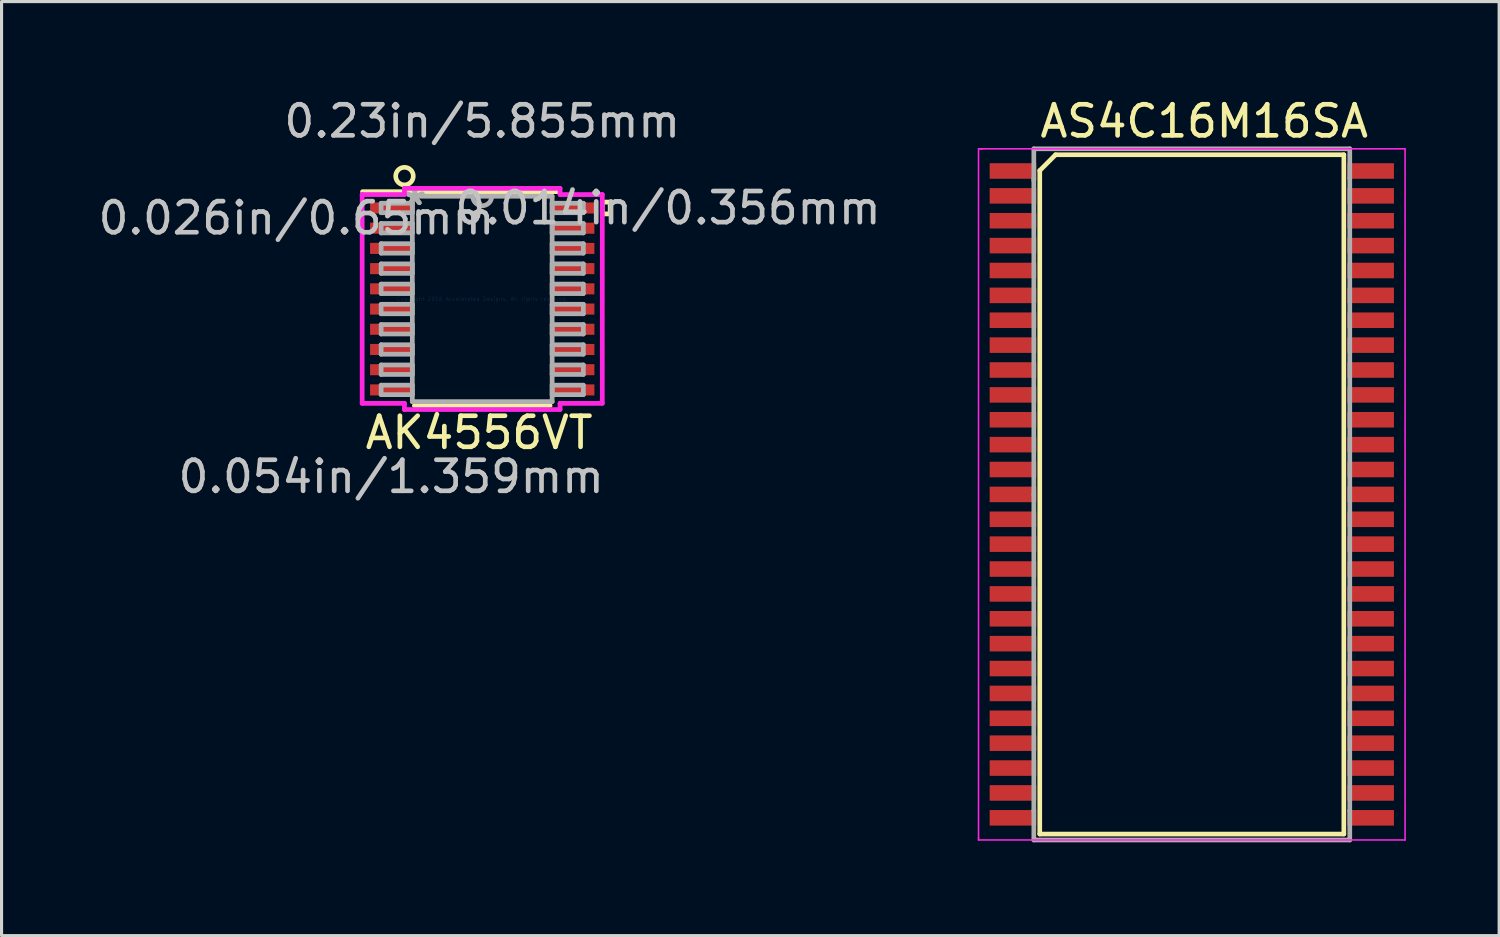
<source format=kicad_pcb>
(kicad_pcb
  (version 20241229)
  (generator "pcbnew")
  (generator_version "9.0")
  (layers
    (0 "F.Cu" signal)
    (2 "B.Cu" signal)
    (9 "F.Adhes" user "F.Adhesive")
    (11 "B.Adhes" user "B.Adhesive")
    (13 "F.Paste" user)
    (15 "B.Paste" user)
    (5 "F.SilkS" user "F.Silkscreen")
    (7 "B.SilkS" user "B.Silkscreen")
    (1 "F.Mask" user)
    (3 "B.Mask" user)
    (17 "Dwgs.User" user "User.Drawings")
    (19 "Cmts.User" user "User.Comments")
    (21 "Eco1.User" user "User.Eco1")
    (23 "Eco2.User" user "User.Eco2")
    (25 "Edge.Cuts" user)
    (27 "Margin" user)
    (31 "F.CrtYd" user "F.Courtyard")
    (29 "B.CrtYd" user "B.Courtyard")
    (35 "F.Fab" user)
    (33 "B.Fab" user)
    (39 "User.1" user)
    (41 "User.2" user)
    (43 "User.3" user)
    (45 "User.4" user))
  (footprint "AK4556VT"
    (layer "F.Cu")
    (at 12.457 6.563)
    (property "Reference" "AK4556VT" (at -0.1 4.3 180) (layer "F.SilkS") (effects (font (size 1 1) (thickness 0.15))))
    (attr through_hole)
    (fp_line (start -2.182 3.429) (end 2.182 3.429) (stroke (width 0.152) (type solid)) (layer "F.SilkS"))
    (fp_line (start 2.45 -3.45) (end -3.85 -3.45) (stroke (width 0.15) (type solid)) (layer "F.SilkS"))
    (fp_line (start 3.861 -3.115) (end 4.115 -3.115) (stroke (width 0.152) (type solid)) (layer "F.SilkS"))
    (fp_line (start 3.861 -2.734) (end 3.861 -3.115) (stroke (width 0.152) (type solid)) (layer "F.SilkS"))
    (fp_line (start 4.115 -3.115) (end 4.115 -2.734) (stroke (width 0.152) (type solid)) (layer "F.SilkS"))
    (fp_line (start 4.115 -2.734) (end 3.861 -2.734) (stroke (width 0.152) (type solid)) (layer "F.SilkS"))
    (fp_circle (center -2.5 -3.95) (end -2.3 -3.75) (stroke (width 0.15) (type solid)) (fill no) (layer "F.SilkS"))
    (fp_line (start -3.861 -3.357) (end -2.502 -3.357) (stroke (width 0.152) (type solid)) (layer "F.CrtYd"))
    (fp_line (start -3.861 3.357) (end -3.861 -3.357) (stroke (width 0.152) (type solid)) (layer "F.CrtYd"))
    (fp_line (start -2.502 -3.556) (end 2.502 -3.556) (stroke (width 0.152) (type solid)) (layer "F.CrtYd"))
    (fp_line (start -2.502 -3.357) (end -2.502 -3.556) (stroke (width 0.152) (type solid)) (layer "F.CrtYd"))
    (fp_line (start -2.502 3.357) (end -3.861 3.357) (stroke (width 0.152) (type solid)) (layer "F.CrtYd"))
    (fp_line (start -2.502 3.556) (end -2.502 3.357) (stroke (width 0.152) (type solid)) (layer "F.CrtYd"))
    (fp_line (start 2.502 -3.556) (end 2.502 -3.357) (stroke (width 0.152) (type solid)) (layer "F.CrtYd"))
    (fp_line (start 2.502 -3.357) (end 3.861 -3.357) (stroke (width 0.152) (type solid)) (layer "F.CrtYd"))
    (fp_line (start 2.502 3.357) (end 2.502 3.556) (stroke (width 0.152) (type solid)) (layer "F.CrtYd"))
    (fp_line (start 2.502 3.556) (end -2.502 3.556) (stroke (width 0.152) (type solid)) (layer "F.CrtYd"))
    (fp_line (start 3.861 -3.357) (end 3.861 3.357) (stroke (width 0.152) (type solid)) (layer "F.CrtYd"))
    (fp_line (start 3.861 3.357) (end 2.502 3.357) (stroke (width 0.152) (type solid)) (layer "F.CrtYd"))
    (fp_line (start -3.251 -3.077) (end -3.251 -2.773) (stroke (width 0.152) (type solid)) (layer "F.Fab"))
    (fp_line (start -3.251 -2.773) (end -2.248 -2.773) (stroke (width 0.152) (type solid)) (layer "F.Fab"))
    (fp_line (start -3.251 -2.427) (end -3.251 -2.123) (stroke (width 0.152) (type solid)) (layer "F.Fab"))
    (fp_line (start -3.251 -2.123) (end -2.248 -2.123) (stroke (width 0.152) (type solid)) (layer "F.Fab"))
    (fp_line (start -3.251 -1.777) (end -3.251 -1.473) (stroke (width 0.152) (type solid)) (layer "F.Fab"))
    (fp_line (start -3.251 -1.473) (end -2.248 -1.473) (stroke (width 0.152) (type solid)) (layer "F.Fab"))
    (fp_line (start -3.251 -1.127) (end -3.251 -0.823) (stroke (width 0.152) (type solid)) (layer "F.Fab"))
    (fp_line (start -3.251 -0.823) (end -2.248 -0.823) (stroke (width 0.152) (type solid)) (layer "F.Fab"))
    (fp_line (start -3.251 -0.477) (end -3.251 -0.173) (stroke (width 0.152) (type solid)) (layer "F.Fab"))
    (fp_line (start -3.251 -0.173) (end -2.248 -0.173) (stroke (width 0.152) (type solid)) (layer "F.Fab"))
    (fp_line (start -3.251 0.173) (end -3.251 0.477) (stroke (width 0.152) (type solid)) (layer "F.Fab"))
    (fp_line (start -3.251 0.477) (end -2.248 0.477) (stroke (width 0.152) (type solid)) (layer "F.Fab"))
    (fp_line (start -3.251 0.823) (end -3.251 1.127) (stroke (width 0.152) (type solid)) (layer "F.Fab"))
    (fp_line (start -3.251 1.127) (end -2.248 1.127) (stroke (width 0.152) (type solid)) (layer "F.Fab"))
    (fp_line (start -3.251 1.473) (end -3.251 1.777) (stroke (width 0.152) (type solid)) (layer "F.Fab"))
    (fp_line (start -3.251 1.777) (end -2.248 1.777) (stroke (width 0.152) (type solid)) (layer "F.Fab"))
    (fp_line (start -3.251 2.123) (end -3.251 2.427) (stroke (width 0.152) (type solid)) (layer "F.Fab"))
    (fp_line (start -3.251 2.427) (end -2.248 2.427) (stroke (width 0.152) (type solid)) (layer "F.Fab"))
    (fp_line (start -3.251 2.773) (end -3.251 3.077) (stroke (width 0.152) (type solid)) (layer "F.Fab"))
    (fp_line (start -3.251 3.077) (end -2.248 3.077) (stroke (width 0.152) (type solid)) (layer "F.Fab"))
    (fp_line (start -2.248 -3.302) (end -2.248 3.302) (stroke (width 0.152) (type solid)) (layer "F.Fab"))
    (fp_line (start -2.248 -3.077) (end -3.251 -3.077) (stroke (width 0.152) (type solid)) (layer "F.Fab"))
    (fp_line (start -2.248 -2.773) (end -2.248 -3.077) (stroke (width 0.152) (type solid)) (layer "F.Fab"))
    (fp_line (start -2.248 -2.427) (end -3.251 -2.427) (stroke (width 0.152) (type solid)) (layer "F.Fab"))
    (fp_line (start -2.248 -2.123) (end -2.248 -2.427) (stroke (width 0.152) (type solid)) (layer "F.Fab"))
    (fp_line (start -2.248 -1.777) (end -3.251 -1.777) (stroke (width 0.152) (type solid)) (layer "F.Fab"))
    (fp_line (start -2.248 -1.473) (end -2.248 -1.777) (stroke (width 0.152) (type solid)) (layer "F.Fab"))
    (fp_line (start -2.248 -1.127) (end -3.251 -1.127) (stroke (width 0.152) (type solid)) (layer "F.Fab"))
    (fp_line (start -2.248 -0.823) (end -2.248 -1.127) (stroke (width 0.152) (type solid)) (layer "F.Fab"))
    (fp_line (start -2.248 -0.477) (end -3.251 -0.477) (stroke (width 0.152) (type solid)) (layer "F.Fab"))
    (fp_line (start -2.248 -0.173) (end -2.248 -0.477) (stroke (width 0.152) (type solid)) (layer "F.Fab"))
    (fp_line (start -2.248 0.173) (end -3.251 0.173) (stroke (width 0.152) (type solid)) (layer "F.Fab"))
    (fp_line (start -2.248 0.477) (end -2.248 0.173) (stroke (width 0.152) (type solid)) (layer "F.Fab"))
    (fp_line (start -2.248 0.823) (end -3.251 0.823) (stroke (width 0.152) (type solid)) (layer "F.Fab"))
    (fp_line (start -2.248 1.127) (end -2.248 0.823) (stroke (width 0.152) (type solid)) (layer "F.Fab"))
    (fp_line (start -2.248 1.473) (end -3.251 1.473) (stroke (width 0.152) (type solid)) (layer "F.Fab"))
    (fp_line (start -2.248 1.777) (end -2.248 1.473) (stroke (width 0.152) (type solid)) (layer "F.Fab"))
    (fp_line (start -2.248 2.123) (end -3.251 2.123) (stroke (width 0.152) (type solid)) (layer "F.Fab"))
    (fp_line (start -2.248 2.427) (end -2.248 2.123) (stroke (width 0.152) (type solid)) (layer "F.Fab"))
    (fp_line (start -2.248 2.773) (end -3.251 2.773) (stroke (width 0.152) (type solid)) (layer "F.Fab"))
    (fp_line (start -2.248 3.077) (end -2.248 2.773) (stroke (width 0.152) (type solid)) (layer "F.Fab"))
    (fp_line (start -2.248 3.302) (end 2.248 3.302) (stroke (width 0.152) (type solid)) (layer "F.Fab"))
    (fp_line (start 2.248 -3.302) (end -2.248 -3.302) (stroke (width 0.152) (type solid)) (layer "F.Fab"))
    (fp_line (start 2.248 -3.077) (end 2.248 -2.773) (stroke (width 0.152) (type solid)) (layer "F.Fab"))
    (fp_line (start 2.248 -2.773) (end 3.251 -2.773) (stroke (width 0.152) (type solid)) (layer "F.Fab"))
    (fp_line (start 2.248 -2.427) (end 2.248 -2.123) (stroke (width 0.152) (type solid)) (layer "F.Fab"))
    (fp_line (start 2.248 -2.123) (end 3.251 -2.123) (stroke (width 0.152) (type solid)) (layer "F.Fab"))
    (fp_line (start 2.248 -1.777) (end 2.248 -1.473) (stroke (width 0.152) (type solid)) (layer "F.Fab"))
    (fp_line (start 2.248 -1.473) (end 3.251 -1.473) (stroke (width 0.152) (type solid)) (layer "F.Fab"))
    (fp_line (start 2.248 -1.127) (end 2.248 -0.823) (stroke (width 0.152) (type solid)) (layer "F.Fab"))
    (fp_line (start 2.248 -0.823) (end 3.251 -0.823) (stroke (width 0.152) (type solid)) (layer "F.Fab"))
    (fp_line (start 2.248 -0.477) (end 2.248 -0.173) (stroke (width 0.152) (type solid)) (layer "F.Fab"))
    (fp_line (start 2.248 -0.173) (end 3.251 -0.173) (stroke (width 0.152) (type solid)) (layer "F.Fab"))
    (fp_line (start 2.248 0.173) (end 2.248 0.477) (stroke (width 0.152) (type solid)) (layer "F.Fab"))
    (fp_line (start 2.248 0.477) (end 3.251 0.477) (stroke (width 0.152) (type solid)) (layer "F.Fab"))
    (fp_line (start 2.248 0.823) (end 2.248 1.127) (stroke (width 0.152) (type solid)) (layer "F.Fab"))
    (fp_line (start 2.248 1.127) (end 3.251 1.127) (stroke (width 0.152) (type solid)) (layer "F.Fab"))
    (fp_line (start 2.248 1.473) (end 2.248 1.777) (stroke (width 0.152) (type solid)) (layer "F.Fab"))
    (fp_line (start 2.248 1.777) (end 3.251 1.777) (stroke (width 0.152) (type solid)) (layer "F.Fab"))
    (fp_line (start 2.248 2.123) (end 2.248 2.427) (stroke (width 0.152) (type solid)) (layer "F.Fab"))
    (fp_line (start 2.248 2.427) (end 3.251 2.427) (stroke (width 0.152) (type solid)) (layer "F.Fab"))
    (fp_line (start 2.248 2.773) (end 2.248 3.077) (stroke (width 0.152) (type solid)) (layer "F.Fab"))
    (fp_line (start 2.248 3.077) (end 3.251 3.077) (stroke (width 0.152) (type solid)) (layer "F.Fab"))
    (fp_line (start 2.248 3.302) (end 2.248 -3.302) (stroke (width 0.152) (type solid)) (layer "F.Fab"))
    (fp_line (start 3.251 -3.077) (end 2.248 -3.077) (stroke (width 0.152) (type solid)) (layer "F.Fab"))
    (fp_line (start 3.251 -2.773) (end 3.251 -3.077) (stroke (width 0.152) (type solid)) (layer "F.Fab"))
    (fp_line (start 3.251 -2.427) (end 2.248 -2.427) (stroke (width 0.152) (type solid)) (layer "F.Fab"))
    (fp_line (start 3.251 -2.123) (end 3.251 -2.427) (stroke (width 0.152) (type solid)) (layer "F.Fab"))
    (fp_line (start 3.251 -1.777) (end 2.248 -1.777) (stroke (width 0.152) (type solid)) (layer "F.Fab"))
    (fp_line (start 3.251 -1.473) (end 3.251 -1.777) (stroke (width 0.152) (type solid)) (layer "F.Fab"))
    (fp_line (start 3.251 -1.127) (end 2.248 -1.127) (stroke (width 0.152) (type solid)) (layer "F.Fab"))
    (fp_line (start 3.251 -0.823) (end 3.251 -1.127) (stroke (width 0.152) (type solid)) (layer "F.Fab"))
    (fp_line (start 3.251 -0.477) (end 2.248 -0.477) (stroke (width 0.152) (type solid)) (layer "F.Fab"))
    (fp_line (start 3.251 -0.173) (end 3.251 -0.477) (stroke (width 0.152) (type solid)) (layer "F.Fab"))
    (fp_line (start 3.251 0.173) (end 2.248 0.173) (stroke (width 0.152) (type solid)) (layer "F.Fab"))
    (fp_line (start 3.251 0.477) (end 3.251 0.173) (stroke (width 0.152) (type solid)) (layer "F.Fab"))
    (fp_line (start 3.251 0.823) (end 2.248 0.823) (stroke (width 0.152) (type solid)) (layer "F.Fab"))
    (fp_line (start 3.251 1.127) (end 3.251 0.823) (stroke (width 0.152) (type solid)) (layer "F.Fab"))
    (fp_line (start 3.251 1.473) (end 2.248 1.473) (stroke (width 0.152) (type solid)) (layer "F.Fab"))
    (fp_line (start 3.251 1.777) (end 3.251 1.473) (stroke (width 0.152) (type solid)) (layer "F.Fab"))
    (fp_line (start 3.251 2.123) (end 2.248 2.123) (stroke (width 0.152) (type solid)) (layer "F.Fab"))
    (fp_line (start 3.251 2.427) (end 3.251 2.123) (stroke (width 0.152) (type solid)) (layer "F.Fab"))
    (fp_line (start 3.251 2.773) (end 2.248 2.773) (stroke (width 0.152) (type solid)) (layer "F.Fab"))
    (fp_line (start 3.251 3.077) (end 3.251 2.773) (stroke (width 0.152) (type solid)) (layer "F.Fab"))
    (fp_arc (start 0.3048 -3.302) (mid 0 -2.9972) (end -0.3048 -3.302) (stroke (width 0.1524) (type solid)) (layer "F.Fab"))
    (fp_text user "0.054in/1.359mm" (at -2.927 5.715 180) (layer "Dwgs.User") (effects (font (size 1 1) (thickness 0.15))))
    (fp_text user "0.014in/0.356mm" (at 5.975 -2.925 180) (layer "Dwgs.User") (effects (font (size 1 1) (thickness 0.15))))
    (fp_text user "0.23in/5.855mm" (at 0 -5.715 180) (layer "Dwgs.User") (effects (font (size 1 1) (thickness 0.15))))
    (fp_text user "0.026in/0.65mm" (at -5.975 -2.6 180) (layer "Dwgs.User") (effects (font (size 1 1) (thickness 0.15))))
    (fp_text user "Copyright 2016 Accelerated Designs. All rights reserved." (at 0 0 180) (layer "Cmts.User") (effects (font (size 0.127 0.127) (thickness 0.002))))
    (fp_text user "*" (at -2.167 -2.976 180) (layer "F.Fab") (effects (font (size 1 1) (thickness 0.15))))
    (fp_text user "*" (at -2.167 -2.976 180) (layer "F.Fab") (effects (font (size 1 1) (thickness 0.15))))
    (pad "1" smd rect (at -2.927 -2.925) (size 1.359 0.356) (layers "F.Cu" "F.Mask" "F.Paste"))
    (pad "2" smd rect (at -2.927 -2.275) (size 1.359 0.356) (layers "F.Cu" "F.Mask" "F.Paste"))
    (pad "3" smd rect (at -2.927 -1.625) (size 1.359 0.356) (layers "F.Cu" "F.Mask" "F.Paste"))
    (pad "4" smd rect (at -2.927 -0.975) (size 1.359 0.356) (layers "F.Cu" "F.Mask" "F.Paste"))
    (pad "5" smd rect (at -2.927 -0.325) (size 1.359 0.356) (layers "F.Cu" "F.Mask" "F.Paste"))
    (pad "6" smd rect (at -2.927 0.325) (size 1.359 0.356) (layers "F.Cu" "F.Mask" "F.Paste"))
    (pad "7" smd rect (at -2.927 0.975) (size 1.359 0.356) (layers "F.Cu" "F.Mask" "F.Paste"))
    (pad "8" smd rect (at -2.927 1.625) (size 1.359 0.356) (layers "F.Cu" "F.Mask" "F.Paste"))
    (pad "9" smd rect (at -2.927 2.275) (size 1.359 0.356) (layers "F.Cu" "F.Mask" "F.Paste"))
    (pad "10" smd rect (at -2.927 2.925) (size 1.359 0.356) (layers "F.Cu" "F.Mask" "F.Paste"))
    (pad "11" smd rect (at 2.927 2.925) (size 1.359 0.356) (layers "F.Cu" "F.Mask" "F.Paste"))
    (pad "12" smd rect (at 2.927 2.275) (size 1.359 0.356) (layers "F.Cu" "F.Mask" "F.Paste"))
    (pad "13" smd rect (at 2.927 1.625) (size 1.359 0.356) (layers "F.Cu" "F.Mask" "F.Paste"))
    (pad "14" smd rect (at 2.927 0.975) (size 1.359 0.356) (layers "F.Cu" "F.Mask" "F.Paste"))
    (pad "15" smd rect (at 2.927 0.325) (size 1.359 0.356) (layers "F.Cu" "F.Mask" "F.Paste"))
    (pad "16" smd rect (at 2.927 -0.325) (size 1.359 0.356) (layers "F.Cu" "F.Mask" "F.Paste"))
    (pad "17" smd rect (at 2.927 -0.975) (size 1.359 0.356) (layers "F.Cu" "F.Mask" "F.Paste"))
    (pad "18" smd rect (at 2.927 -1.625) (size 1.359 0.356) (layers "F.Cu" "F.Mask" "F.Paste"))
    (pad "19" smd rect (at 2.927 -2.275) (size 1.359 0.356) (layers "F.Cu" "F.Mask" "F.Paste"))
    (pad "20" smd rect (at 2.927 -2.925) (size 1.359 0.356) (layers "F.Cu" "F.Mask" "F.Paste")))
  (footprint "AS4C16M16SA"
    (placed yes)
    (layer "F.Cu")
    (at 35.274 12.848)
    (property "Reference" "AS4C16M16SA" (at 0.4 -12 0) (layer "F.SilkS") (effects (font (size 1 1) (thickness 0.15))))
    (attr through_hole)
    (fp_line (start -4.889 -10.414) (end -4.381 -10.922) (stroke (width 0.15) (type solid)) (layer "F.SilkS"))
    (fp_line (start -4.889 10.922) (end -4.889 -10.414) (stroke (width 0.15) (type solid)) (layer "F.SilkS"))
    (fp_line (start -4.381 -10.922) (end 4.889 -10.922) (stroke (width 0.15) (type solid)) (layer "F.SilkS"))
    (fp_line (start 4.889 -10.922) (end 4.889 10.922) (stroke (width 0.15) (type solid)) (layer "F.SilkS"))
    (fp_line (start 4.889 10.922) (end -4.889 10.922) (stroke (width 0.15) (type solid)) (layer "F.SilkS"))
    (fp_line (start -6.858 -11.113) (end -6.731 -11.113) (stroke (width 0.05) (type solid)) (layer "F.CrtYd"))
    (fp_line (start -6.858 11.049) (end -6.858 -11.113) (stroke (width 0.05) (type solid)) (layer "F.CrtYd"))
    (fp_line (start -6.858 11.113) (end -6.858 11.049) (stroke (width 0.05) (type solid)) (layer "F.CrtYd"))
    (fp_line (start -6.795 -11.113) (end 6.858 -11.113) (stroke (width 0.05) (type solid)) (layer "F.CrtYd"))
    (fp_line (start 6.858 -11.113) (end 6.858 11.113) (stroke (width 0.05) (type solid)) (layer "F.CrtYd"))
    (fp_line (start 6.858 11.113) (end -6.858 11.113) (stroke (width 0.05) (type solid)) (layer "F.CrtYd"))
    (fp_line (start -5.08 -11.113) (end -5.08 -10.097) (stroke (width 0.15) (type solid)) (layer "F.Fab"))
    (fp_line (start -5.08 -11.113) (end 5.08 -11.113) (stroke (width 0.15) (type solid)) (layer "F.Fab"))
    (fp_line (start -5.08 0) (end -5.08 -10.16) (stroke (width 0.15) (type solid)) (layer "F.Fab"))
    (fp_line (start -5.08 10.16) (end -5.08 0) (stroke (width 0.15) (type solid)) (layer "F.Fab"))
    (fp_line (start -5.08 10.16) (end -5.08 11.113) (stroke (width 0.15) (type solid)) (layer "F.Fab"))
    (fp_line (start -5.08 11.113) (end 5.08 11.113) (stroke (width 0.15) (type solid)) (layer "F.Fab"))
    (fp_line (start 5.08 -10.16) (end 5.08 -11.113) (stroke (width 0.15) (type solid)) (layer "F.Fab"))
    (fp_line (start 5.08 -10.16) (end 5.08 10.16) (stroke (width 0.15) (type solid)) (layer "F.Fab"))
    (fp_line (start 5.08 11.113) (end 5.08 10.16) (stroke (width 0.15) (type solid)) (layer "F.Fab"))
    (pad "1" smd rect (at -5.75 -10.4) (size 1.5 0.5) (layers "F.Cu" "F.Mask" "F.Paste"))
    (pad "2" smd rect (at -5.75 -9.6) (size 1.5 0.5) (layers "F.Cu" "F.Mask" "F.Paste"))
    (pad "3" smd rect (at -5.75 -8.8) (size 1.5 0.5) (layers "F.Cu" "F.Mask" "F.Paste"))
    (pad "4" smd rect (at -5.75 -8) (size 1.5 0.5) (layers "F.Cu" "F.Mask" "F.Paste"))
    (pad "5" smd rect (at -5.75 -7.2) (size 1.5 0.5) (layers "F.Cu" "F.Mask" "F.Paste"))
    (pad "6" smd rect (at -5.75 -6.4) (size 1.5 0.5) (layers "F.Cu" "F.Mask" "F.Paste"))
    (pad "7" smd rect (at -5.75 -5.6) (size 1.5 0.5) (layers "F.Cu" "F.Mask" "F.Paste"))
    (pad "8" smd rect (at -5.75 -4.8) (size 1.5 0.5) (layers "F.Cu" "F.Mask" "F.Paste"))
    (pad "9" smd rect (at -5.75 -4) (size 1.5 0.5) (layers "F.Cu" "F.Mask" "F.Paste"))
    (pad "10" smd rect (at -5.75 -3.2) (size 1.5 0.5) (layers "F.Cu" "F.Mask" "F.Paste"))
    (pad "11" smd rect (at -5.75 -2.4) (size 1.5 0.5) (layers "F.Cu" "F.Mask" "F.Paste"))
    (pad "12" smd rect (at -5.75 -1.6) (size 1.5 0.5) (layers "F.Cu" "F.Mask" "F.Paste"))
    (pad "13" smd rect (at -5.75 -0.8) (size 1.5 0.5) (layers "F.Cu" "F.Mask" "F.Paste"))
    (pad "14" smd rect (at -5.75 0) (size 1.5 0.5) (layers "F.Cu" "F.Mask" "F.Paste"))
    (pad "15" smd rect (at -5.75 0.8) (size 1.5 0.5) (layers "F.Cu" "F.Mask" "F.Paste"))
    (pad "16" smd rect (at -5.75 1.6) (size 1.5 0.5) (layers "F.Cu" "F.Mask" "F.Paste"))
    (pad "17" smd rect (at -5.75 2.4) (size 1.5 0.5) (layers "F.Cu" "F.Mask" "F.Paste"))
    (pad "18" smd rect (at -5.75 3.2) (size 1.5 0.5) (layers "F.Cu" "F.Mask" "F.Paste"))
    (pad "19" smd rect (at -5.75 4) (size 1.5 0.5) (layers "F.Cu" "F.Mask" "F.Paste"))
    (pad "20" smd rect (at -5.75 4.8) (size 1.5 0.5) (layers "F.Cu" "F.Mask" "F.Paste"))
    (pad "21" smd rect (at -5.75 5.6) (size 1.5 0.5) (layers "F.Cu" "F.Mask" "F.Paste"))
    (pad "22" smd rect (at -5.75 6.4) (size 1.5 0.5) (layers "F.Cu" "F.Mask" "F.Paste"))
    (pad "23" smd rect (at -5.75 7.2) (size 1.5 0.5) (layers "F.Cu" "F.Mask" "F.Paste"))
    (pad "24" smd rect (at -5.75 8) (size 1.5 0.5) (layers "F.Cu" "F.Mask" "F.Paste"))
    (pad "25" smd rect (at -5.75 8.8) (size 1.5 0.5) (layers "F.Cu" "F.Mask" "F.Paste"))
    (pad "26" smd rect (at -5.75 9.6) (size 1.5 0.5) (layers "F.Cu" "F.Mask" "F.Paste"))
    (pad "27" smd rect (at -5.75 10.4) (size 1.5 0.5) (layers "F.Cu" "F.Mask" "F.Paste"))
    (pad "28" smd rect (at 5.75 10.4) (size 1.5 0.5) (layers "F.Cu" "F.Mask" "F.Paste"))
    (pad "29" smd rect (at 5.75 9.6) (size 1.5 0.5) (layers "F.Cu" "F.Mask" "F.Paste"))
    (pad "30" smd rect (at 5.75 8.8) (size 1.5 0.5) (layers "F.Cu" "F.Mask" "F.Paste"))
    (pad "31" smd rect (at 5.75 8) (size 1.5 0.5) (layers "F.Cu" "F.Mask" "F.Paste"))
    (pad "32" smd rect (at 5.75 7.2) (size 1.5 0.5) (layers "F.Cu" "F.Mask" "F.Paste"))
    (pad "33" smd rect (at 5.75 6.4) (size 1.5 0.5) (layers "F.Cu" "F.Mask" "F.Paste"))
    (pad "34" smd rect (at 5.75 5.6) (size 1.5 0.5) (layers "F.Cu" "F.Mask" "F.Paste"))
    (pad "35" smd rect (at 5.75 4.8) (size 1.5 0.5) (layers "F.Cu" "F.Mask" "F.Paste"))
    (pad "36" smd rect (at 5.75 4) (size 1.5 0.5) (layers "F.Cu" "F.Mask" "F.Paste"))
    (pad "37" smd rect (at 5.75 3.2) (size 1.5 0.5) (layers "F.Cu" "F.Mask" "F.Paste"))
    (pad "38" smd rect (at 5.75 2.4) (size 1.5 0.5) (layers "F.Cu" "F.Mask" "F.Paste"))
    (pad "39" smd rect (at 5.75 1.6) (size 1.5 0.5) (layers "F.Cu" "F.Mask" "F.Paste"))
    (pad "40" smd rect (at 5.75 0.8) (size 1.5 0.5) (layers "F.Cu" "F.Mask" "F.Paste"))
    (pad "41" smd rect (at 5.75 0) (size 1.5 0.5) (layers "F.Cu" "F.Mask" "F.Paste"))
    (pad "42" smd rect (at 5.75 -0.8) (size 1.5 0.5) (layers "F.Cu" "F.Mask" "F.Paste"))
    (pad "43" smd rect (at 5.75 -1.6) (size 1.5 0.5) (layers "F.Cu" "F.Mask" "F.Paste"))
    (pad "44" smd rect (at 5.75 -2.4) (size 1.5 0.5) (layers "F.Cu" "F.Mask" "F.Paste"))
    (pad "45" smd rect (at 5.75 -3.2) (size 1.5 0.5) (layers "F.Cu" "F.Mask" "F.Paste"))
    (pad "46" smd rect (at 5.75 -4) (size 1.5 0.5) (layers "F.Cu" "F.Mask" "F.Paste"))
    (pad "47" smd rect (at 5.75 -4.8) (size 1.5 0.5) (layers "F.Cu" "F.Mask" "F.Paste"))
    (pad "48" smd rect (at 5.75 -5.6) (size 1.5 0.5) (layers "F.Cu" "F.Mask" "F.Paste"))
    (pad "49" smd rect (at 5.75 -6.4) (size 1.5 0.5) (layers "F.Cu" "F.Mask" "F.Paste"))
    (pad "50" smd rect (at 5.75 -7.2) (size 1.5 0.5) (layers "F.Cu" "F.Mask" "F.Paste"))
    (pad "51" smd rect (at 5.75 -8) (size 1.5 0.5) (layers "F.Cu" "F.Mask" "F.Paste"))
    (pad "52" smd rect (at 5.75 -8.8) (size 1.5 0.5) (layers "F.Cu" "F.Mask" "F.Paste"))
    (pad "53" smd rect (at 5.75 -9.6) (size 1.5 0.5) (layers "F.Cu" "F.Mask" "F.Paste"))
    (pad "54" smd rect (at 5.75 -10.4) (size 1.5 0.5) (layers "F.Cu" "F.Mask" "F.Paste")))
  (gr_rect
    (start -3 -3)
    (end 45.157 27.036)
    (stroke (width 0.1) (type default))
    (fill no)
    (layer "Edge.Cuts")))
</source>
